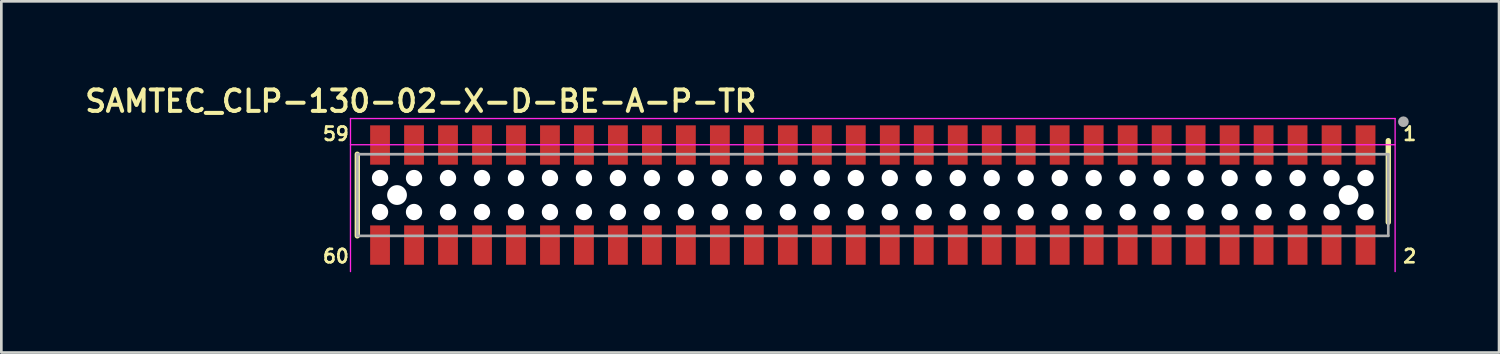
<source format=kicad_pcb>
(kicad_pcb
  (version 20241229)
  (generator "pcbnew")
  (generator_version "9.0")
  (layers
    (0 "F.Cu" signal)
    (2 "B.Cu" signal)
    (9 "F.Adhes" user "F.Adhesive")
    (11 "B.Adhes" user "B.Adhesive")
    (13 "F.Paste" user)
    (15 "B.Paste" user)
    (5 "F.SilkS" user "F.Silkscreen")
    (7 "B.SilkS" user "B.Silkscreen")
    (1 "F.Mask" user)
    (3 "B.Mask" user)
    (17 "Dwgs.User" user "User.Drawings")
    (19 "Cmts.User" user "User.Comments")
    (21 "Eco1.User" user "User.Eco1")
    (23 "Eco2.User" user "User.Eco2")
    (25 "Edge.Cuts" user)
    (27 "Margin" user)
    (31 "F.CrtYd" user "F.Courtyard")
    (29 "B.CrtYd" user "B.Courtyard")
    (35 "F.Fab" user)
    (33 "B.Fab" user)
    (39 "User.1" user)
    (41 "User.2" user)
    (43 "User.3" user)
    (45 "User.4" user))
  (footprint "SAMTEC_CLP-130-02-X-D-BE-A-P-TR"
    (layer "F.Cu")
    (at 29.568 4.239)
    (property "Reference" "SAMTEC_CLP-130-02-X-D-BE-A-P-TR" (at -16.89 -3.508 0) (layer "F.SilkS") (effects (font (size 0.8 0.8) (thickness 0.15))))
    (attr through_hole)
    (fp_line (start -19.265 -1.525) (end -19.265 1.525) (stroke (width 0.2) (type solid)) (layer "F.SilkS"))
    (fp_line (start 19.265 -2.032) (end 19.265 1.018) (stroke (width 0.2) (type solid)) (layer "F.SilkS"))
    (fp_line (start -19.52 -2.86) (end -19.52 2.86) (stroke (width 0.05) (type solid)) (layer "F.CrtYd"))
    (fp_line (start -19.52 -1.88) (end 19.52 -1.88) (stroke (width 0.05) (type solid)) (layer "F.CrtYd"))
    (fp_line (start 19.52 -2.86) (end -19.52 -2.86) (stroke (width 0.05) (type solid)) (layer "F.CrtYd"))
    (fp_line (start 19.52 2.86) (end 19.52 -2.86) (stroke (width 0.05) (type solid)) (layer "F.CrtYd"))
    (fp_line (start -19.265 -1.525) (end -19.265 1.525) (stroke (width 0.1) (type solid)) (layer "F.Fab"))
    (fp_line (start -19.265 1.525) (end 19.265 1.525) (stroke (width 0.1) (type solid)) (layer "F.Fab"))
    (fp_line (start 19.265 -1.525) (end -19.265 -1.525) (stroke (width 0.1) (type solid)) (layer "F.Fab"))
    (fp_line (start 19.265 1.525) (end 19.265 -1.525) (stroke (width 0.1) (type solid)) (layer "F.Fab"))
    (fp_circle (center 19.83 -2.74) (end 19.93 -2.74) (stroke (width 0.2) (type solid)) (fill no) (layer "F.Fab"))
    (fp_text user "60" (at -20.066 2.286 0) (unlocked yes) (layer "F.SilkS") (effects (font (size 0.5 0.5) (thickness 0.1))))
    (fp_text user "1" (at 20.066 -2.286 0) (unlocked yes) (layer "F.SilkS") (effects (font (size 0.5 0.5) (thickness 0.1))))
    (fp_text user "2" (at 20.066 2.286 0) (unlocked yes) (layer "F.SilkS") (effects (font (size 0.5 0.5) (thickness 0.1))))
    (fp_text user "59" (at -20.066 -2.286 0) (unlocked yes) (layer "F.SilkS") (effects (font (size 0.5 0.5) (thickness 0.1))))
    (pad "" np_thru_hole circle (at -18.415 -0.635) (size 0.61 0.61) (drill 0.61) (layers "*.Cu" "*.Mask"))
    (pad "" np_thru_hole circle (at -18.415 0.635) (size 0.61 0.61) (drill 0.61) (layers "*.Cu" "*.Mask"))
    (pad "" np_thru_hole circle (at -17.78 0) (size 0.74 0.74) (drill 0.74) (layers "*.Cu" "*.Mask"))
    (pad "" np_thru_hole circle (at -17.145 -0.635) (size 0.61 0.61) (drill 0.61) (layers "*.Cu" "*.Mask"))
    (pad "" np_thru_hole circle (at -17.145 0.635) (size 0.61 0.61) (drill 0.61) (layers "*.Cu" "*.Mask"))
    (pad "" np_thru_hole circle (at -15.875 -0.635) (size 0.61 0.61) (drill 0.61) (layers "*.Cu" "*.Mask"))
    (pad "" np_thru_hole circle (at -15.875 0.635) (size 0.61 0.61) (drill 0.61) (layers "*.Cu" "*.Mask"))
    (pad "" np_thru_hole circle (at -14.605 -0.635) (size 0.61 0.61) (drill 0.61) (layers "*.Cu" "*.Mask"))
    (pad "" np_thru_hole circle (at -14.605 0.635) (size 0.61 0.61) (drill 0.61) (layers "*.Cu" "*.Mask"))
    (pad "" np_thru_hole circle (at -13.335 -0.635) (size 0.61 0.61) (drill 0.61) (layers "*.Cu" "*.Mask"))
    (pad "" np_thru_hole circle (at -13.335 0.635) (size 0.61 0.61) (drill 0.61) (layers "*.Cu" "*.Mask"))
    (pad "" np_thru_hole circle (at -12.065 -0.635) (size 0.61 0.61) (drill 0.61) (layers "*.Cu" "*.Mask"))
    (pad "" np_thru_hole circle (at -12.065 0.635) (size 0.61 0.61) (drill 0.61) (layers "*.Cu" "*.Mask"))
    (pad "" np_thru_hole circle (at -10.795 -0.635) (size 0.61 0.61) (drill 0.61) (layers "*.Cu" "*.Mask"))
    (pad "" np_thru_hole circle (at -10.795 0.635) (size 0.61 0.61) (drill 0.61) (layers "*.Cu" "*.Mask"))
    (pad "" np_thru_hole circle (at -9.525 -0.635) (size 0.61 0.61) (drill 0.61) (layers "*.Cu" "*.Mask"))
    (pad "" np_thru_hole circle (at -9.525 0.635) (size 0.61 0.61) (drill 0.61) (layers "*.Cu" "*.Mask"))
    (pad "" np_thru_hole circle (at -8.255 -0.635) (size 0.61 0.61) (drill 0.61) (layers "*.Cu" "*.Mask"))
    (pad "" np_thru_hole circle (at -8.255 0.635) (size 0.61 0.61) (drill 0.61) (layers "*.Cu" "*.Mask"))
    (pad "" np_thru_hole circle (at -6.985 -0.635) (size 0.61 0.61) (drill 0.61) (layers "*.Cu" "*.Mask"))
    (pad "" np_thru_hole circle (at -6.985 0.635) (size 0.61 0.61) (drill 0.61) (layers "*.Cu" "*.Mask"))
    (pad "" np_thru_hole circle (at -5.715 -0.635) (size 0.61 0.61) (drill 0.61) (layers "*.Cu" "*.Mask"))
    (pad "" np_thru_hole circle (at -5.715 0.635) (size 0.61 0.61) (drill 0.61) (layers "*.Cu" "*.Mask"))
    (pad "" np_thru_hole circle (at -4.445 -0.635) (size 0.61 0.61) (drill 0.61) (layers "*.Cu" "*.Mask"))
    (pad "" np_thru_hole circle (at -4.445 0.635) (size 0.61 0.61) (drill 0.61) (layers "*.Cu" "*.Mask"))
    (pad "" np_thru_hole circle (at -3.175 -0.635) (size 0.61 0.61) (drill 0.61) (layers "*.Cu" "*.Mask"))
    (pad "" np_thru_hole circle (at -3.175 0.635) (size 0.61 0.61) (drill 0.61) (layers "*.Cu" "*.Mask"))
    (pad "" np_thru_hole circle (at -1.905 -0.635) (size 0.61 0.61) (drill 0.61) (layers "*.Cu" "*.Mask"))
    (pad "" np_thru_hole circle (at -1.905 0.635) (size 0.61 0.61) (drill 0.61) (layers "*.Cu" "*.Mask"))
    (pad "" np_thru_hole circle (at -0.635 -0.635) (size 0.61 0.61) (drill 0.61) (layers "*.Cu" "*.Mask"))
    (pad "" np_thru_hole circle (at -0.635 0.635) (size 0.61 0.61) (drill 0.61) (layers "*.Cu" "*.Mask"))
    (pad "" np_thru_hole circle (at 0.635 -0.635) (size 0.61 0.61) (drill 0.61) (layers "*.Cu" "*.Mask"))
    (pad "" np_thru_hole circle (at 0.635 0.635) (size 0.61 0.61) (drill 0.61) (layers "*.Cu" "*.Mask"))
    (pad "" np_thru_hole circle (at 1.905 -0.635) (size 0.61 0.61) (drill 0.61) (layers "*.Cu" "*.Mask"))
    (pad "" np_thru_hole circle (at 1.905 0.635) (size 0.61 0.61) (drill 0.61) (layers "*.Cu" "*.Mask"))
    (pad "" np_thru_hole circle (at 3.175 -0.635) (size 0.61 0.61) (drill 0.61) (layers "*.Cu" "*.Mask"))
    (pad "" np_thru_hole circle (at 3.175 0.635) (size 0.61 0.61) (drill 0.61) (layers "*.Cu" "*.Mask"))
    (pad "" np_thru_hole circle (at 4.445 -0.635) (size 0.61 0.61) (drill 0.61) (layers "*.Cu" "*.Mask"))
    (pad "" np_thru_hole circle (at 4.445 0.635) (size 0.61 0.61) (drill 0.61) (layers "*.Cu" "*.Mask"))
    (pad "" np_thru_hole circle (at 5.715 -0.635) (size 0.61 0.61) (drill 0.61) (layers "*.Cu" "*.Mask"))
    (pad "" np_thru_hole circle (at 5.715 0.635) (size 0.61 0.61) (drill 0.61) (layers "*.Cu" "*.Mask"))
    (pad "" np_thru_hole circle (at 6.985 -0.635) (size 0.61 0.61) (drill 0.61) (layers "*.Cu" "*.Mask"))
    (pad "" np_thru_hole circle (at 6.985 0.635) (size 0.61 0.61) (drill 0.61) (layers "*.Cu" "*.Mask"))
    (pad "" np_thru_hole circle (at 8.255 -0.635) (size 0.61 0.61) (drill 0.61) (layers "*.Cu" "*.Mask"))
    (pad "" np_thru_hole circle (at 8.255 0.635) (size 0.61 0.61) (drill 0.61) (layers "*.Cu" "*.Mask"))
    (pad "" np_thru_hole circle (at 9.525 -0.635) (size 0.61 0.61) (drill 0.61) (layers "*.Cu" "*.Mask"))
    (pad "" np_thru_hole circle (at 9.525 0.635) (size 0.61 0.61) (drill 0.61) (layers "*.Cu" "*.Mask"))
    (pad "" np_thru_hole circle (at 10.795 -0.635) (size 0.61 0.61) (drill 0.61) (layers "*.Cu" "*.Mask"))
    (pad "" np_thru_hole circle (at 10.795 0.635) (size 0.61 0.61) (drill 0.61) (layers "*.Cu" "*.Mask"))
    (pad "" np_thru_hole circle (at 12.065 -0.635) (size 0.61 0.61) (drill 0.61) (layers "*.Cu" "*.Mask"))
    (pad "" np_thru_hole circle (at 12.065 0.635) (size 0.61 0.61) (drill 0.61) (layers "*.Cu" "*.Mask"))
    (pad "" np_thru_hole circle (at 13.335 -0.635) (size 0.61 0.61) (drill 0.61) (layers "*.Cu" "*.Mask"))
    (pad "" np_thru_hole circle (at 13.335 0.635) (size 0.61 0.61) (drill 0.61) (layers "*.Cu" "*.Mask"))
    (pad "" np_thru_hole circle (at 14.605 -0.635) (size 0.61 0.61) (drill 0.61) (layers "*.Cu" "*.Mask"))
    (pad "" np_thru_hole circle (at 14.605 0.635) (size 0.61 0.61) (drill 0.61) (layers "*.Cu" "*.Mask"))
    (pad "" np_thru_hole circle (at 15.875 -0.635) (size 0.61 0.61) (drill 0.61) (layers "*.Cu" "*.Mask"))
    (pad "" np_thru_hole circle (at 15.875 0.635) (size 0.61 0.61) (drill 0.61) (layers "*.Cu" "*.Mask"))
    (pad "" np_thru_hole circle (at 17.145 -0.635) (size 0.61 0.61) (drill 0.61) (layers "*.Cu" "*.Mask"))
    (pad "" np_thru_hole circle (at 17.145 0.635) (size 0.61 0.61) (drill 0.61) (layers "*.Cu" "*.Mask"))
    (pad "" np_thru_hole circle (at 17.78 0) (size 0.74 0.74) (drill 0.74) (layers "*.Cu" "*.Mask"))
    (pad "" np_thru_hole circle (at 18.415 -0.635) (size 0.61 0.61) (drill 0.61) (layers "*.Cu" "*.Mask"))
    (pad "" np_thru_hole circle (at 18.415 0.635) (size 0.61 0.61) (drill 0.61) (layers "*.Cu" "*.Mask"))
    (pad "1" smd rect (at 18.415 -1.87) (size 0.74 1.47) (layers "F.Cu" "F.Mask" "F.Paste"))
    (pad "2" smd rect (at 18.415 1.87) (size 0.74 1.47) (layers "F.Cu" "F.Mask" "F.Paste"))
    (pad "3" smd rect (at 17.145 -1.87) (size 0.74 1.47) (layers "F.Cu" "F.Mask" "F.Paste"))
    (pad "4" smd rect (at 17.145 1.87) (size 0.74 1.47) (layers "F.Cu" "F.Mask" "F.Paste"))
    (pad "5" smd rect (at 15.875 -1.87) (size 0.74 1.47) (layers "F.Cu" "F.Mask" "F.Paste"))
    (pad "6" smd rect (at 15.875 1.87) (size 0.74 1.47) (layers "F.Cu" "F.Mask" "F.Paste"))
    (pad "7" smd rect (at 14.605 -1.87) (size 0.74 1.47) (layers "F.Cu" "F.Mask" "F.Paste"))
    (pad "8" smd rect (at 14.605 1.87) (size 0.74 1.47) (layers "F.Cu" "F.Mask" "F.Paste"))
    (pad "9" smd rect (at 13.335 -1.87) (size 0.74 1.47) (layers "F.Cu" "F.Mask" "F.Paste"))
    (pad "10" smd rect (at 13.335 1.87) (size 0.74 1.47) (layers "F.Cu" "F.Mask" "F.Paste"))
    (pad "11" smd rect (at 12.065 -1.87) (size 0.74 1.47) (layers "F.Cu" "F.Mask" "F.Paste"))
    (pad "12" smd rect (at 12.065 1.87) (size 0.74 1.47) (layers "F.Cu" "F.Mask" "F.Paste"))
    (pad "13" smd rect (at 10.795 -1.87) (size 0.74 1.47) (layers "F.Cu" "F.Mask" "F.Paste"))
    (pad "14" smd rect (at 10.795 1.87) (size 0.74 1.47) (layers "F.Cu" "F.Mask" "F.Paste"))
    (pad "15" smd rect (at 9.525 -1.87) (size 0.74 1.47) (layers "F.Cu" "F.Mask" "F.Paste"))
    (pad "16" smd rect (at 9.525 1.87) (size 0.74 1.47) (layers "F.Cu" "F.Mask" "F.Paste"))
    (pad "17" smd rect (at 8.255 -1.87) (size 0.74 1.47) (layers "F.Cu" "F.Mask" "F.Paste"))
    (pad "18" smd rect (at 8.255 1.87) (size 0.74 1.47) (layers "F.Cu" "F.Mask" "F.Paste"))
    (pad "19" smd rect (at 6.985 -1.87) (size 0.74 1.47) (layers "F.Cu" "F.Mask" "F.Paste"))
    (pad "20" smd rect (at 6.985 1.87) (size 0.74 1.47) (layers "F.Cu" "F.Mask" "F.Paste"))
    (pad "21" smd rect (at 5.715 -1.87) (size 0.74 1.47) (layers "F.Cu" "F.Mask" "F.Paste"))
    (pad "22" smd rect (at 5.715 1.87) (size 0.74 1.47) (layers "F.Cu" "F.Mask" "F.Paste"))
    (pad "23" smd rect (at 4.445 -1.87) (size 0.74 1.47) (layers "F.Cu" "F.Mask" "F.Paste"))
    (pad "24" smd rect (at 4.445 1.87) (size 0.74 1.47) (layers "F.Cu" "F.Mask" "F.Paste"))
    (pad "25" smd rect (at 3.175 -1.87) (size 0.74 1.47) (layers "F.Cu" "F.Mask" "F.Paste"))
    (pad "26" smd rect (at 3.175 1.87) (size 0.74 1.47) (layers "F.Cu" "F.Mask" "F.Paste"))
    (pad "27" smd rect (at 1.905 -1.87) (size 0.74 1.47) (layers "F.Cu" "F.Mask" "F.Paste"))
    (pad "28" smd rect (at 1.905 1.87) (size 0.74 1.47) (layers "F.Cu" "F.Mask" "F.Paste"))
    (pad "29" smd rect (at 0.635 -1.87) (size 0.74 1.47) (layers "F.Cu" "F.Mask" "F.Paste"))
    (pad "30" smd rect (at 0.635 1.87) (size 0.74 1.47) (layers "F.Cu" "F.Mask" "F.Paste"))
    (pad "31" smd rect (at -0.635 -1.87) (size 0.74 1.47) (layers "F.Cu" "F.Mask" "F.Paste"))
    (pad "32" smd rect (at -0.635 1.87) (size 0.74 1.47) (layers "F.Cu" "F.Mask" "F.Paste"))
    (pad "33" smd rect (at -1.905 -1.87) (size 0.74 1.47) (layers "F.Cu" "F.Mask" "F.Paste"))
    (pad "34" smd rect (at -1.905 1.87) (size 0.74 1.47) (layers "F.Cu" "F.Mask" "F.Paste"))
    (pad "35" smd rect (at -3.175 -1.87) (size 0.74 1.47) (layers "F.Cu" "F.Mask" "F.Paste"))
    (pad "36" smd rect (at -3.175 1.87) (size 0.74 1.47) (layers "F.Cu" "F.Mask" "F.Paste"))
    (pad "37" smd rect (at -4.445 -1.87) (size 0.74 1.47) (layers "F.Cu" "F.Mask" "F.Paste"))
    (pad "38" smd rect (at -4.445 1.87) (size 0.74 1.47) (layers "F.Cu" "F.Mask" "F.Paste"))
    (pad "39" smd rect (at -5.715 -1.87) (size 0.74 1.47) (layers "F.Cu" "F.Mask" "F.Paste"))
    (pad "40" smd rect (at -5.715 1.87) (size 0.74 1.47) (layers "F.Cu" "F.Mask" "F.Paste"))
    (pad "41" smd rect (at -6.985 -1.87) (size 0.74 1.47) (layers "F.Cu" "F.Mask" "F.Paste"))
    (pad "42" smd rect (at -6.985 1.87) (size 0.74 1.47) (layers "F.Cu" "F.Mask" "F.Paste"))
    (pad "43" smd rect (at -8.255 -1.87) (size 0.74 1.47) (layers "F.Cu" "F.Mask" "F.Paste"))
    (pad "44" smd rect (at -8.255 1.87) (size 0.74 1.47) (layers "F.Cu" "F.Mask" "F.Paste"))
    (pad "45" smd rect (at -9.525 -1.87) (size 0.74 1.47) (layers "F.Cu" "F.Mask" "F.Paste"))
    (pad "46" smd rect (at -9.525 1.87) (size 0.74 1.47) (layers "F.Cu" "F.Mask" "F.Paste"))
    (pad "47" smd rect (at -10.795 -1.87) (size 0.74 1.47) (layers "F.Cu" "F.Mask" "F.Paste"))
    (pad "48" smd rect (at -10.795 1.87) (size 0.74 1.47) (layers "F.Cu" "F.Mask" "F.Paste"))
    (pad "49" smd rect (at -12.065 -1.87) (size 0.74 1.47) (layers "F.Cu" "F.Mask" "F.Paste"))
    (pad "50" smd rect (at -12.065 1.87) (size 0.74 1.47) (layers "F.Cu" "F.Mask" "F.Paste"))
    (pad "51" smd rect (at -13.335 -1.87) (size 0.74 1.47) (layers "F.Cu" "F.Mask" "F.Paste"))
    (pad "52" smd rect (at -13.335 1.87) (size 0.74 1.47) (layers "F.Cu" "F.Mask" "F.Paste"))
    (pad "53" smd rect (at -14.605 -1.87) (size 0.74 1.47) (layers "F.Cu" "F.Mask" "F.Paste"))
    (pad "54" smd rect (at -14.605 1.87) (size 0.74 1.47) (layers "F.Cu" "F.Mask" "F.Paste"))
    (pad "55" smd rect (at -15.875 -1.87) (size 0.74 1.47) (layers "F.Cu" "F.Mask" "F.Paste"))
    (pad "56" smd rect (at -15.875 1.87) (size 0.74 1.47) (layers "F.Cu" "F.Mask" "F.Paste"))
    (pad "57" smd rect (at -17.145 -1.87) (size 0.74 1.47) (layers "F.Cu" "F.Mask" "F.Paste"))
    (pad "58" smd rect (at -17.145 1.87) (size 0.74 1.47) (layers "F.Cu" "F.Mask" "F.Paste"))
    (pad "59" smd rect (at -18.415 -1.87) (size 0.74 1.47) (layers "F.Cu" "F.Mask" "F.Paste"))
    (pad "60" smd rect (at -18.415 1.87) (size 0.74 1.47) (layers "F.Cu" "F.Mask" "F.Paste")))
  (gr_rect
    (start -3 -3)
    (end 52.972 10.124)
    (stroke (width 0.1) (type default))
    (fill no)
    (layer "Edge.Cuts")))
</source>
